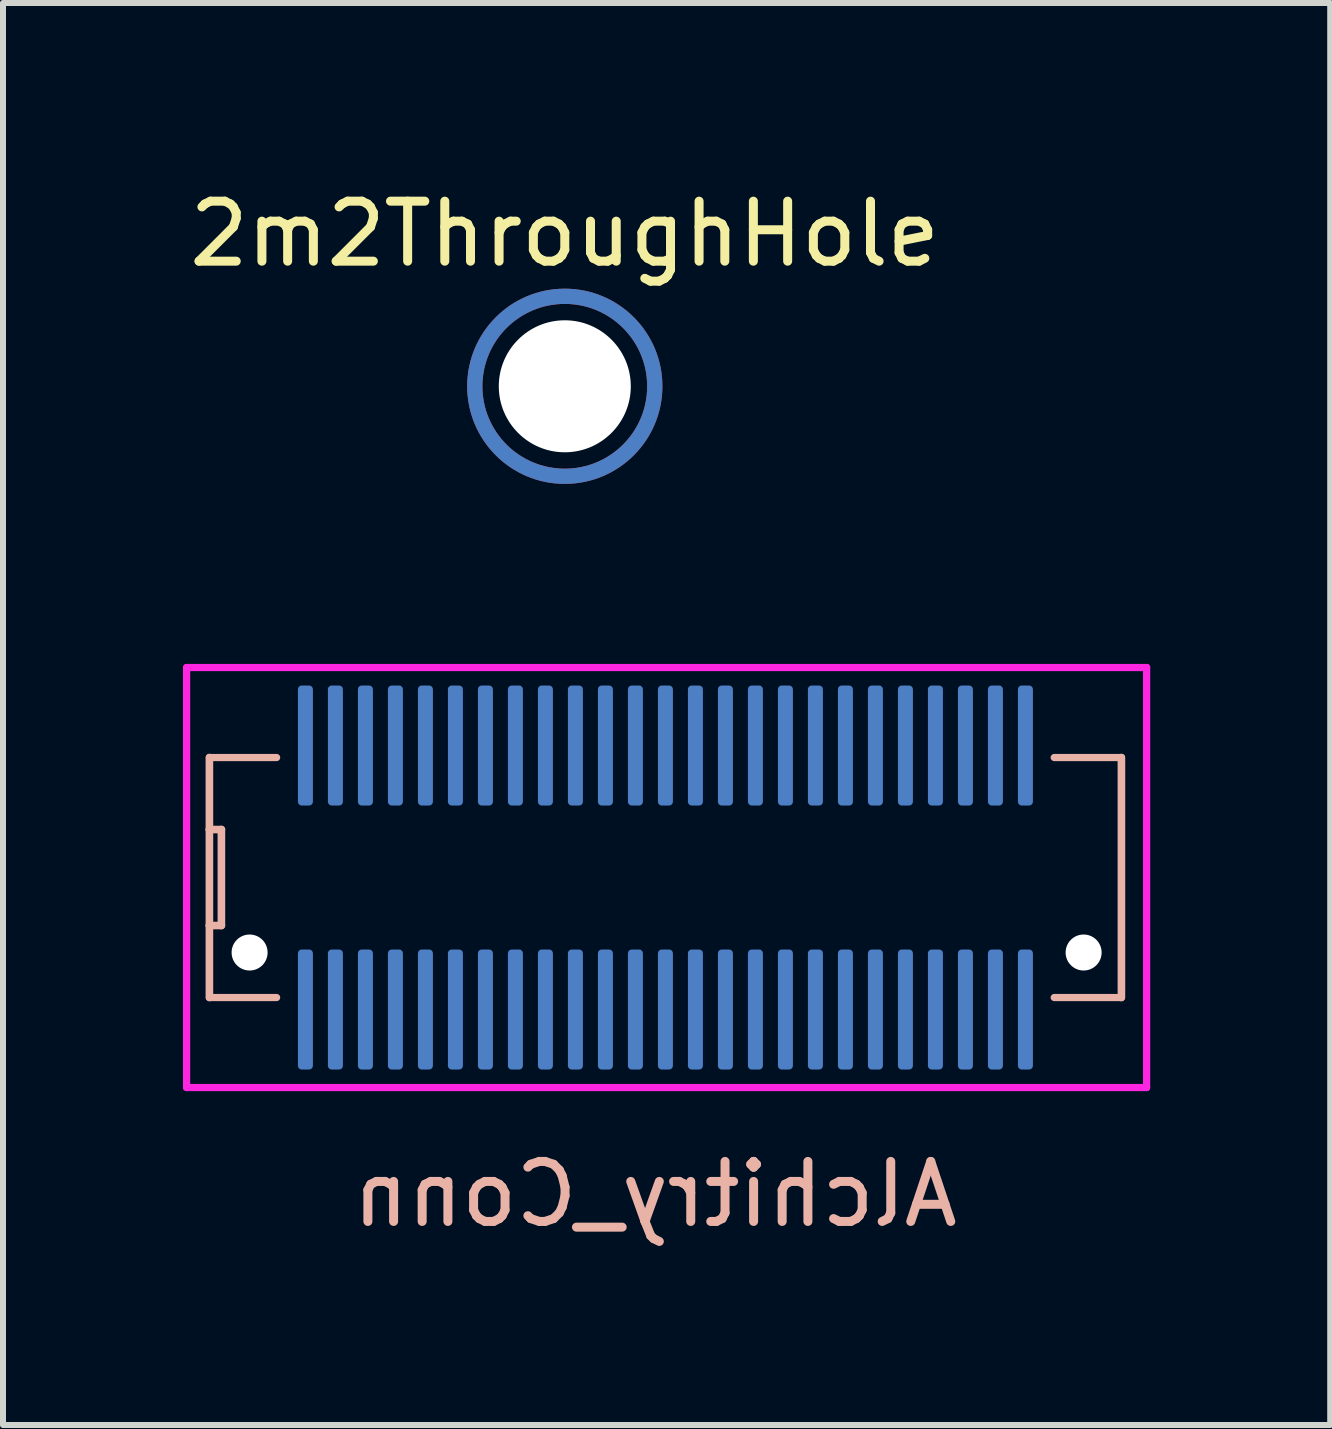
<source format=kicad_pcb>
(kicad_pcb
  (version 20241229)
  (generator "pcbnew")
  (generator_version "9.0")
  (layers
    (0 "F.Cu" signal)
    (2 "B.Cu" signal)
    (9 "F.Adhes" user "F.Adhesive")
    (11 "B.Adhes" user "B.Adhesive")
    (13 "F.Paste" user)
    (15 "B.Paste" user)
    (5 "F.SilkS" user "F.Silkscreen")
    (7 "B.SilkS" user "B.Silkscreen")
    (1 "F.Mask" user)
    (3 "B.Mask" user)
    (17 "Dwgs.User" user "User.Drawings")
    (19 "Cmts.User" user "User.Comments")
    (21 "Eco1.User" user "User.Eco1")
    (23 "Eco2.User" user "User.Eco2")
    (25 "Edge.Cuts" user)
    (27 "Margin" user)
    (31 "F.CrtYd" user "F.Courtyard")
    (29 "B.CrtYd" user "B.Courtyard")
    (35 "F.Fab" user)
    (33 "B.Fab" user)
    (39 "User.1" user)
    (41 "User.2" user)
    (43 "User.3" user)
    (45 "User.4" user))
  (footprint "Alchitry_Conn"
    (layer "F.Cu")
    (at 8.06 11.575)
    (property "Reference" "Alchitry_Conn" (at -0.193 5.277 0) (layer "B.SilkS") (effects (font (size 1 1) (thickness 0.15)) (justify mirror)))
    (attr through_hole)
    (fp_line (start -7.62 -2) (end -6.5 -2) (stroke (width 0.12) (type solid)) (layer "B.SilkS"))
    (fp_line (start -7.62 -0.8) (end -7.62 -2) (stroke (width 0.127) (type solid)) (layer "B.SilkS"))
    (fp_line (start -7.62 -0.8) (end -7.42 -0.8) (stroke (width 0.127) (type solid)) (layer "B.SilkS"))
    (fp_line (start -7.62 0.8) (end -7.62 -0.8) (stroke (width 0.127) (type solid)) (layer "B.SilkS"))
    (fp_line (start -7.62 2) (end -7.62 0.8) (stroke (width 0.127) (type solid)) (layer "B.SilkS"))
    (fp_line (start -7.62 2) (end -6.5 2) (stroke (width 0.12) (type solid)) (layer "B.SilkS"))
    (fp_line (start -7.42 0.8) (end -7.62 0.8) (stroke (width 0.127) (type solid)) (layer "B.SilkS"))
    (fp_line (start -7.42 0.8) (end -7.42 -0.8) (stroke (width 0.127) (type solid)) (layer "B.SilkS"))
    (fp_line (start 6.46 -2) (end 7.58 -2) (stroke (width 0.12) (type solid)) (layer "B.SilkS"))
    (fp_line (start 6.46 2) (end 7.58 2) (stroke (width 0.12) (type solid)) (layer "B.SilkS"))
    (fp_line (start 7.58 -2) (end 7.58 2) (stroke (width 0.127) (type solid)) (layer "B.SilkS"))
    (fp_line (start -8 -3.5) (end -8 3.5) (stroke (width 0.12) (type solid)) (layer "F.CrtYd"))
    (fp_line (start -8 3.5) (end 8 3.5) (stroke (width 0.12) (type solid)) (layer "F.CrtYd"))
    (fp_line (start 8 -3.5) (end -8 -3.5) (stroke (width 0.12) (type solid)) (layer "F.CrtYd"))
    (fp_line (start 8 3.5) (end 8 -3.5) (stroke (width 0.12) (type solid)) (layer "F.CrtYd"))
    (pad "" np_thru_hole circle (at -6.95 1.25) (size 0.6 0.6) (drill 0.6) (layers "*.Cu" "*.Mask"))
    (pad "" np_thru_hole circle (at 6.95 1.25) (size 0.6 0.6) (drill 0.6) (layers "*.Cu" "*.Mask"))
    (pad "B1" smd roundrect (at -6.02 2.2 90) (size 2 0.25) (layers "B.Cu" "B.Mask" "B.Paste") (roundrect_rratio 0.25))
    (pad "B2" smd roundrect (at -5.52 2.2 90) (size 2 0.25) (layers "B.Cu" "B.Mask" "B.Paste") (roundrect_rratio 0.25))
    (pad "B3" smd roundrect (at -5.02 2.2 90) (size 2 0.25) (layers "B.Cu" "B.Mask" "B.Paste") (roundrect_rratio 0.25))
    (pad "B4" smd roundrect (at -4.52 2.2 90) (size 2 0.25) (layers "B.Cu" "B.Mask" "B.Paste") (roundrect_rratio 0.25))
    (pad "B5" smd roundrect (at -4.02 2.2 90) (size 2 0.25) (layers "B.Cu" "B.Mask" "B.Paste") (roundrect_rratio 0.25))
    (pad "B6" smd roundrect (at -3.52 2.2 90) (size 2 0.25) (layers "B.Cu" "B.Mask" "B.Paste") (roundrect_rratio 0.25))
    (pad "B7" smd roundrect (at -3.02 2.2 90) (size 2 0.25) (layers "B.Cu" "B.Mask" "B.Paste") (roundrect_rratio 0.25))
    (pad "B8" smd roundrect (at -2.52 2.2 90) (size 2 0.25) (layers "B.Cu" "B.Mask" "B.Paste") (roundrect_rratio 0.25))
    (pad "B9" smd roundrect (at -2.02 2.2 90) (size 2 0.25) (layers "B.Cu" "B.Mask" "B.Paste") (roundrect_rratio 0.25))
    (pad "B10" smd roundrect (at -1.52 2.2 90) (size 2 0.25) (layers "B.Cu" "B.Mask" "B.Paste") (roundrect_rratio 0.25))
    (pad "B11" smd roundrect (at -1.02 2.2 90) (size 2 0.25) (layers "B.Cu" "B.Mask" "B.Paste") (roundrect_rratio 0.25))
    (pad "B12" smd roundrect (at -0.52 2.2 90) (size 2 0.25) (layers "B.Cu" "B.Mask" "B.Paste") (roundrect_rratio 0.25))
    (pad "B13" smd roundrect (at -0.02 2.2 90) (size 2 0.25) (layers "B.Cu" "B.Mask" "B.Paste") (roundrect_rratio 0.25))
    (pad "B14" smd roundrect (at 0.48 2.2 90) (size 2 0.25) (layers "B.Cu" "B.Mask" "B.Paste") (roundrect_rratio 0.25))
    (pad "B15" smd roundrect (at 0.98 2.2 90) (size 2 0.25) (layers "B.Cu" "B.Mask" "B.Paste") (roundrect_rratio 0.25))
    (pad "B16" smd roundrect (at 1.48 2.2 90) (size 2 0.25) (layers "B.Cu" "B.Mask" "B.Paste") (roundrect_rratio 0.25))
    (pad "B17" smd roundrect (at 1.98 2.2 90) (size 2 0.25) (layers "B.Cu" "B.Mask" "B.Paste") (roundrect_rratio 0.25))
    (pad "B18" smd roundrect (at 2.48 2.2 90) (size 2 0.25) (layers "B.Cu" "B.Mask" "B.Paste") (roundrect_rratio 0.25))
    (pad "B19" smd roundrect (at 2.98 2.2 90) (size 2 0.25) (layers "B.Cu" "B.Mask" "B.Paste") (roundrect_rratio 0.25))
    (pad "B20" smd roundrect (at 3.48 2.2 90) (size 2 0.25) (layers "B.Cu" "B.Mask" "B.Paste") (roundrect_rratio 0.25))
    (pad "B21" smd roundrect (at 3.98 2.2 90) (size 2 0.25) (layers "B.Cu" "B.Mask" "B.Paste") (roundrect_rratio 0.25))
    (pad "B22" smd roundrect (at 4.48 2.2 90) (size 2 0.25) (layers "B.Cu" "B.Mask" "B.Paste") (roundrect_rratio 0.25))
    (pad "B23" smd roundrect (at 4.98 2.2 90) (size 2 0.25) (layers "B.Cu" "B.Mask" "B.Paste") (roundrect_rratio 0.25))
    (pad "B24" smd roundrect (at 5.48 2.2 90) (size 2 0.25) (layers "B.Cu" "B.Mask" "B.Paste") (roundrect_rratio 0.25))
    (pad "B25" smd roundrect (at 5.98 2.2 90) (size 2 0.25) (layers "B.Cu" "B.Mask" "B.Paste") (roundrect_rratio 0.25))
    (pad "B26" smd roundrect (at 5.98 -2.2 90) (size 2 0.25) (layers "B.Cu" "B.Mask" "B.Paste") (roundrect_rratio 0.25))
    (pad "B27" smd roundrect (at 5.48 -2.2 90) (size 2 0.25) (layers "B.Cu" "B.Mask" "B.Paste") (roundrect_rratio 0.25))
    (pad "B28" smd roundrect (at 4.98 -2.2 90) (size 2 0.25) (layers "B.Cu" "B.Mask" "B.Paste") (roundrect_rratio 0.25))
    (pad "B29" smd roundrect (at 4.48 -2.2 90) (size 2 0.25) (layers "B.Cu" "B.Mask" "B.Paste") (roundrect_rratio 0.25))
    (pad "B30" smd roundrect (at 3.98 -2.2 90) (size 2 0.25) (layers "B.Cu" "B.Mask" "B.Paste") (roundrect_rratio 0.25))
    (pad "B31" smd roundrect (at 3.48 -2.2 90) (size 2 0.25) (layers "B.Cu" "B.Mask" "B.Paste") (roundrect_rratio 0.25))
    (pad "B32" smd roundrect (at 2.98 -2.2 90) (size 2 0.25) (layers "B.Cu" "B.Mask" "B.Paste") (roundrect_rratio 0.25))
    (pad "B33" smd roundrect (at 2.48 -2.2 90) (size 2 0.25) (layers "B.Cu" "B.Mask" "B.Paste") (roundrect_rratio 0.25))
    (pad "B34" smd roundrect (at 1.98 -2.2 90) (size 2 0.25) (layers "B.Cu" "B.Mask" "B.Paste") (roundrect_rratio 0.25))
    (pad "B35" smd roundrect (at 1.48 -2.2 90) (size 2 0.25) (layers "B.Cu" "B.Mask" "B.Paste") (roundrect_rratio 0.25))
    (pad "B36" smd roundrect (at 0.98 -2.2 90) (size 2 0.25) (layers "B.Cu" "B.Mask" "B.Paste") (roundrect_rratio 0.25))
    (pad "B37" smd roundrect (at 0.48 -2.2 90) (size 2 0.25) (layers "B.Cu" "B.Mask" "B.Paste") (roundrect_rratio 0.25))
    (pad "B38" smd roundrect (at -0.02 -2.2 90) (size 2 0.25) (layers "B.Cu" "B.Mask" "B.Paste") (roundrect_rratio 0.25))
    (pad "B39" smd roundrect (at -0.52 -2.2 90) (size 2 0.25) (layers "B.Cu" "B.Mask" "B.Paste") (roundrect_rratio 0.25))
    (pad "B40" smd roundrect (at -1.02 -2.2 90) (size 2 0.25) (layers "B.Cu" "B.Mask" "B.Paste") (roundrect_rratio 0.25))
    (pad "B41" smd roundrect (at -1.52 -2.2 90) (size 2 0.25) (layers "B.Cu" "B.Mask" "B.Paste") (roundrect_rratio 0.25))
    (pad "B42" smd roundrect (at -2.02 -2.2 90) (size 2 0.25) (layers "B.Cu" "B.Mask" "B.Paste") (roundrect_rratio 0.25))
    (pad "B43" smd roundrect (at -2.52 -2.2 90) (size 2 0.25) (layers "B.Cu" "B.Mask" "B.Paste") (roundrect_rratio 0.25))
    (pad "B44" smd roundrect (at -3.02 -2.2 90) (size 2 0.25) (layers "B.Cu" "B.Mask" "B.Paste") (roundrect_rratio 0.25))
    (pad "B45" smd roundrect (at -3.52 -2.2 90) (size 2 0.25) (layers "B.Cu" "B.Mask" "B.Paste") (roundrect_rratio 0.25))
    (pad "B46" smd roundrect (at -4.02 -2.2 90) (size 2 0.25) (layers "B.Cu" "B.Mask" "B.Paste") (roundrect_rratio 0.25))
    (pad "B47" smd roundrect (at -4.52 -2.2 90) (size 2 0.25) (layers "B.Cu" "B.Mask" "B.Paste") (roundrect_rratio 0.25))
    (pad "B48" smd roundrect (at -5.02 -2.2 90) (size 2 0.25) (layers "B.Cu" "B.Mask" "B.Paste") (roundrect_rratio 0.25))
    (pad "B49" smd roundrect (at -5.52 -2.2 90) (size 2 0.25) (layers "B.Cu" "B.Mask" "B.Paste") (roundrect_rratio 0.25))
    (pad "B50" smd roundrect (at -6.02 -2.2 90) (size 2 0.25) (layers "B.Cu" "B.Mask" "B.Paste") (roundrect_rratio 0.25)))
  (footprint "2m2ThroughHole"
    (layer "F.Cu")
    (at 6.363 3.388)
    (property "Reference" "2m2ThroughHole" (at 0 -2.54 0) (layer "F.SilkS") (effects (font (size 1 1) (thickness 0.15))))
    (attr through_hole)
    (fp_circle (center 0 0) (end 1.5 0) (stroke (width 0.254) (type solid)) (fill no) (layer "F.Cu"))
    (fp_circle (center 0 0) (end 1.5 0) (stroke (width 0.254) (type solid)) (fill no) (layer "F.Mask"))
    (fp_circle (center 0 0) (end 1.5 0) (stroke (width 0.254) (type solid)) (fill no) (layer "B.Cu"))
    (fp_circle (center 0 0) (end 1.5 0) (stroke (width 0.254) (type solid)) (fill no) (layer "B.Mask"))
    (pad "" np_thru_hole circle (at 0 0) (size 2.2 2.2) (drill 2.2) (layers "*.Cu" "*.Mask")))
  (gr_rect
    (start -3 -3)
    (end 19.12 20.7)
    (stroke (width 0.1) (type default))
    (fill no)
    (layer "Edge.Cuts")))
</source>
